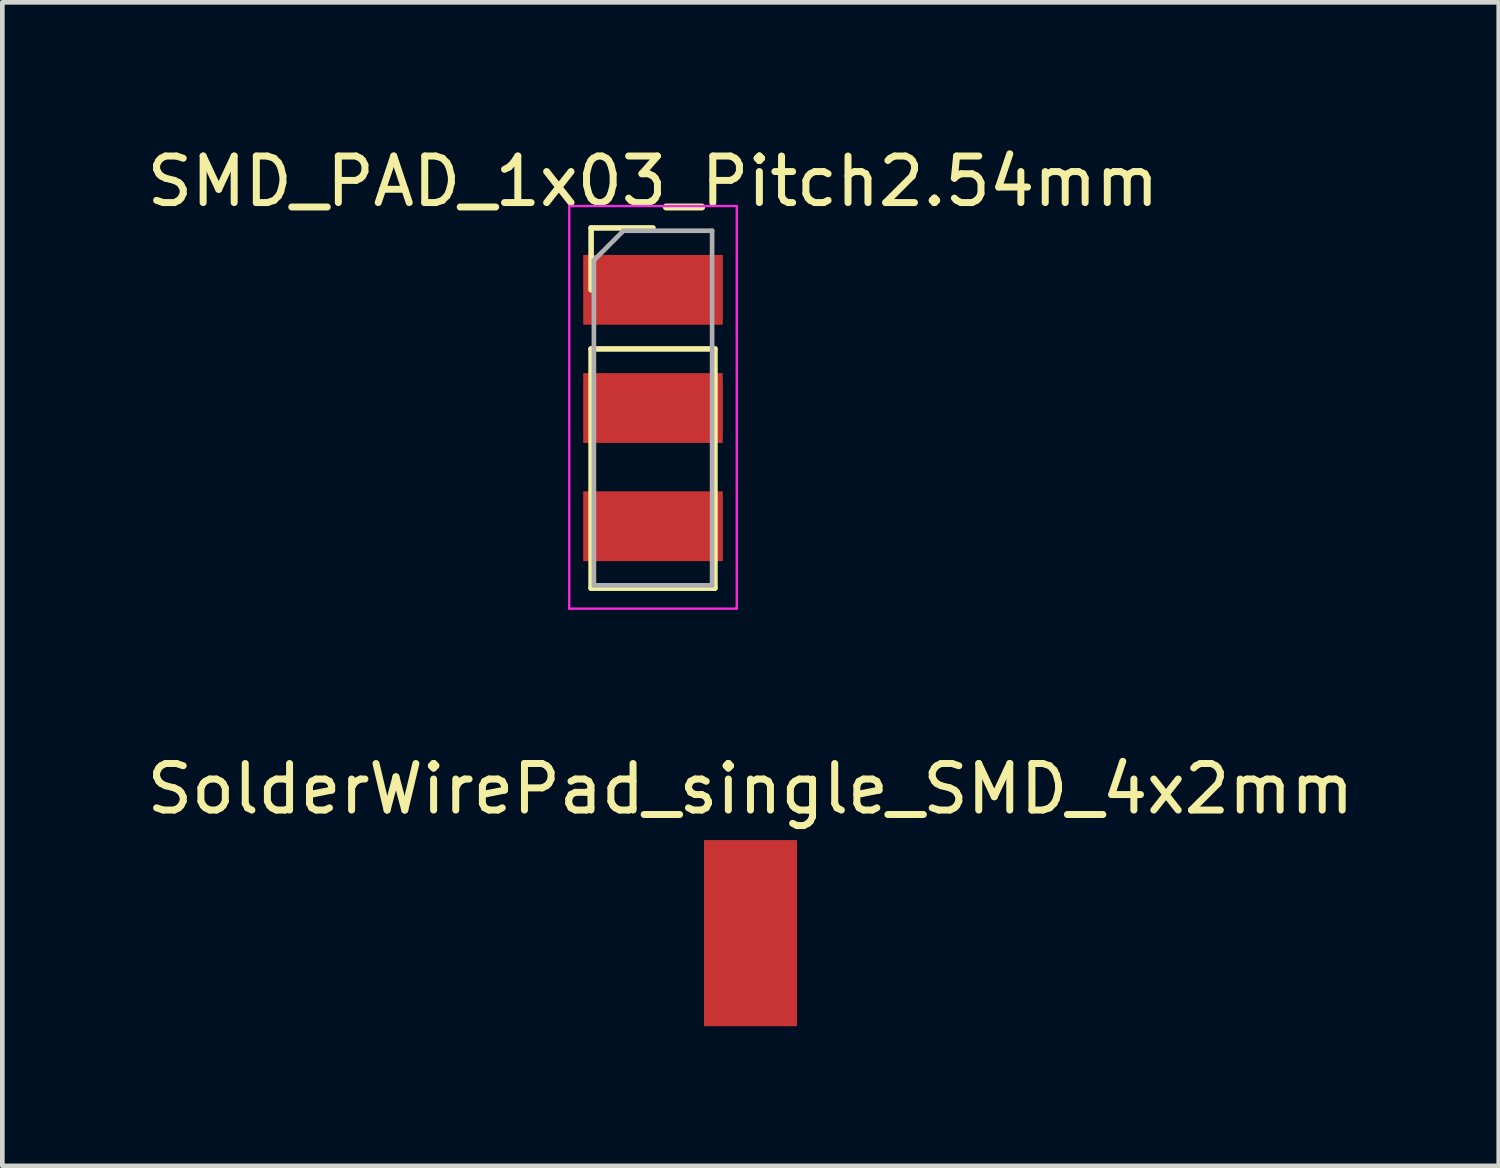
<source format=kicad_pcb>
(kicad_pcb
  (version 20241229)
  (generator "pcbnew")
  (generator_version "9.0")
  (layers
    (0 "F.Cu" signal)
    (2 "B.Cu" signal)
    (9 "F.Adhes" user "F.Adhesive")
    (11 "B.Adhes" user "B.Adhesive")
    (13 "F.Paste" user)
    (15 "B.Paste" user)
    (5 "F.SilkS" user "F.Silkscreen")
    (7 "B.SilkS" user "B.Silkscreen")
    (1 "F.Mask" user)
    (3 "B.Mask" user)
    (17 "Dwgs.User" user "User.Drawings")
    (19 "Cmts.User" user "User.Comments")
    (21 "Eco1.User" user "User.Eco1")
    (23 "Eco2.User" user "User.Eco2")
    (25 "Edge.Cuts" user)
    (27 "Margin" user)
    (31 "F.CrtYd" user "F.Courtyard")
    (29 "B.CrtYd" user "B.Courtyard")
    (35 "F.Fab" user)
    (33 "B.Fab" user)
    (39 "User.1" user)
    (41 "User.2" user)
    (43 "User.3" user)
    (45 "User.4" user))
  (footprint "SolderWirePad_single_SMD_4x2mm"
    (layer "F.Cu")
    (at 13.077 17.002)
    (property "Reference" "SolderWirePad_single_SMD_4x2mm" (at 0 -3.1 0) (layer "F.SilkS") (effects (font (size 1 1) (thickness 0.15))))
    (attr through_hole)
    (pad "1" smd rect (at 0 0 90) (size 4 2) (layers "F.Cu" "F.Mask" "F.Paste")))
  (footprint "SMD_PAD_1x03_Pitch2.54mm"
    (layer "F.Cu")
    (at 10.982 3.178)
    (property "Reference" "SMD_PAD_1x03_Pitch2.54mm" (at 0 -2.33 0) (layer "F.SilkS") (effects (font (size 1 1) (thickness 0.15))))
    (attr through_hole)
    (fp_line (start -1.33 -1.33) (end 0 -1.33) (stroke (width 0.12) (type solid)) (layer "F.SilkS"))
    (fp_line (start -1.33 0) (end -1.33 -1.33) (stroke (width 0.12) (type solid)) (layer "F.SilkS"))
    (fp_line (start -1.33 1.27) (end -1.33 6.41) (stroke (width 0.12) (type solid)) (layer "F.SilkS"))
    (fp_line (start -1.33 1.27) (end 1.33 1.27) (stroke (width 0.12) (type solid)) (layer "F.SilkS"))
    (fp_line (start -1.33 6.41) (end 1.33 6.41) (stroke (width 0.12) (type solid)) (layer "F.SilkS"))
    (fp_line (start 1.33 1.27) (end 1.33 6.41) (stroke (width 0.12) (type solid)) (layer "F.SilkS"))
    (fp_line (start -1.8 -1.8) (end -1.8 6.85) (stroke (width 0.05) (type solid)) (layer "F.CrtYd"))
    (fp_line (start -1.8 6.85) (end 1.8 6.85) (stroke (width 0.05) (type solid)) (layer "F.CrtYd"))
    (fp_line (start 1.8 -1.8) (end -1.8 -1.8) (stroke (width 0.05) (type solid)) (layer "F.CrtYd"))
    (fp_line (start 1.8 6.85) (end 1.8 -1.8) (stroke (width 0.05) (type solid)) (layer "F.CrtYd"))
    (fp_line (start -1.27 -0.635) (end -0.635 -1.27) (stroke (width 0.1) (type solid)) (layer "F.Fab"))
    (fp_line (start -1.27 6.35) (end -1.27 -0.635) (stroke (width 0.1) (type solid)) (layer "F.Fab"))
    (fp_line (start -0.635 -1.27) (end 1.27 -1.27) (stroke (width 0.1) (type solid)) (layer "F.Fab"))
    (fp_line (start 1.27 -1.27) (end 1.27 6.35) (stroke (width 0.1) (type solid)) (layer "F.Fab"))
    (fp_line (start 1.27 6.35) (end -1.27 6.35) (stroke (width 0.1) (type solid)) (layer "F.Fab"))
    (pad "1" smd rect (at 0 0) (size 3 1.5) (layers "F.Cu" "F.Mask" "F.Paste"))
    (pad "2" smd rect (at 0 2.54) (size 3 1.5) (layers "F.Cu" "F.Mask" "F.Paste"))
    (pad "3" smd rect (at 0 5.08) (size 3 1.5) (layers "F.Cu" "F.Mask" "F.Paste")))
  (gr_rect
    (start -3 -3)
    (end 29.155 22.002)
    (stroke (width 0.1) (type default))
    (fill no)
    (layer "Edge.Cuts")))
</source>
